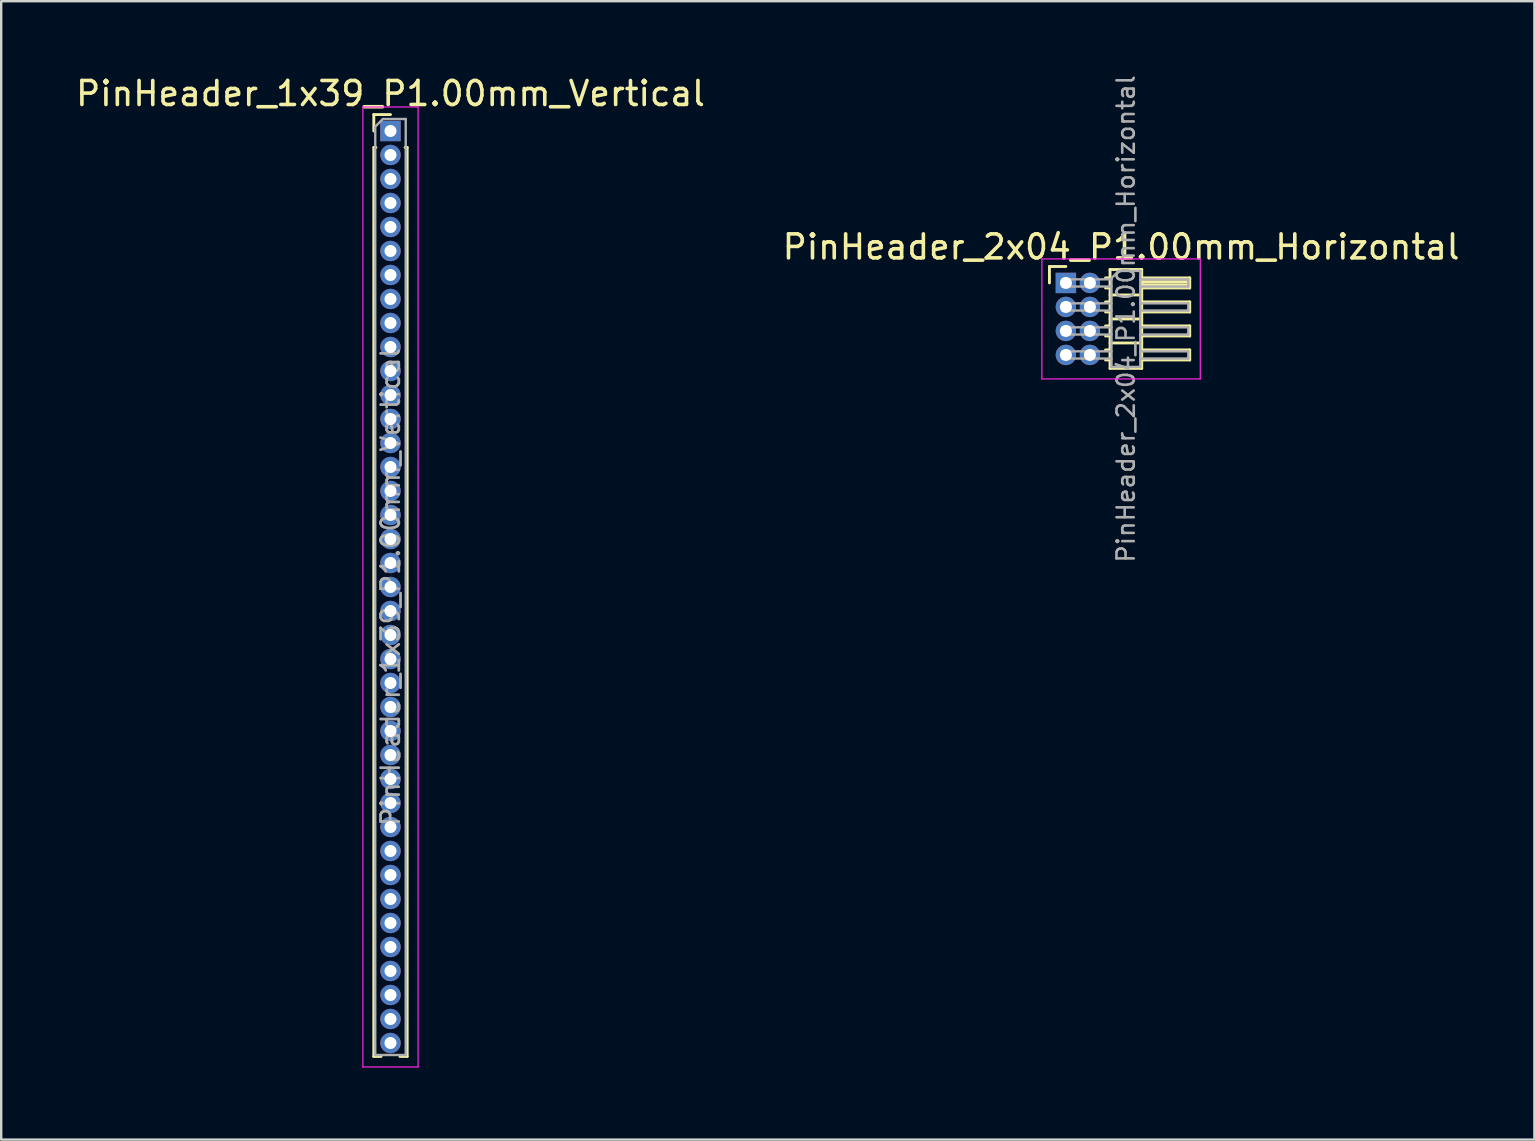
<source format=kicad_pcb>
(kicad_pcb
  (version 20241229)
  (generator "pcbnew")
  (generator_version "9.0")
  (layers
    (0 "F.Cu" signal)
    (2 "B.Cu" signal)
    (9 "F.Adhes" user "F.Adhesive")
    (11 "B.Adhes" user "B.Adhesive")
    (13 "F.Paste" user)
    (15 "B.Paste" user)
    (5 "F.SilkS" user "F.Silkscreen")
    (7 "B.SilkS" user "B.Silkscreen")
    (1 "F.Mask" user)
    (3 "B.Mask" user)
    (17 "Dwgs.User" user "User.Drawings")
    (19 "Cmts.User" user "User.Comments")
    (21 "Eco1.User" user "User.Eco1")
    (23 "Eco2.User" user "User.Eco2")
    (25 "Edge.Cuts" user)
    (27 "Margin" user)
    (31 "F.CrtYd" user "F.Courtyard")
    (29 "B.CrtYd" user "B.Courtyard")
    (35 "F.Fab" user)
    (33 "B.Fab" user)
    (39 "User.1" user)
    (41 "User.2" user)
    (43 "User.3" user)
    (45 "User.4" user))
  (footprint "PinHeader_2x04_P1.00mm_Horizontal"
    (layer "F.Cu")
    (at 41.361 8.739)
    (property "Reference" "PinHeader_2x04_P1.00mm_Horizontal" (at 2.3 -1.5 0) (layer "F.SilkS") (effects (font (size 1 1) (thickness 0.15))))
    (attr through_hole)
    (fp_line (start -0.685 -0.685) (end 0 -0.685) (stroke (width 0.12) (type solid)) (layer "F.SilkS"))
    (fp_line (start -0.685 0) (end -0.685 -0.685) (stroke (width 0.12) (type solid)) (layer "F.SilkS"))
    (fp_line (start 1.652 -0.21) (end 1.84 -0.21) (stroke (width 0.12) (type solid)) (layer "F.SilkS"))
    (fp_line (start 1.652 0.21) (end 1.84 0.21) (stroke (width 0.12) (type solid)) (layer "F.SilkS"))
    (fp_line (start 1.652 0.79) (end 1.84 0.79) (stroke (width 0.12) (type solid)) (layer "F.SilkS"))
    (fp_line (start 1.652 1.21) (end 1.84 1.21) (stroke (width 0.12) (type solid)) (layer "F.SilkS"))
    (fp_line (start 1.652 1.79) (end 1.84 1.79) (stroke (width 0.12) (type solid)) (layer "F.SilkS"))
    (fp_line (start 1.652 2.21) (end 1.84 2.21) (stroke (width 0.12) (type solid)) (layer "F.SilkS"))
    (fp_line (start 1.652 2.79) (end 1.84 2.79) (stroke (width 0.12) (type solid)) (layer "F.SilkS"))
    (fp_line (start 1.652 3.21) (end 1.84 3.21) (stroke (width 0.12) (type solid)) (layer "F.SilkS"))
    (fp_line (start 1.84 -0.56) (end 1.84 3.56) (stroke (width 0.12) (type solid)) (layer "F.SilkS"))
    (fp_line (start 1.84 0.5) (end 3.16 0.5) (stroke (width 0.12) (type solid)) (layer "F.SilkS"))
    (fp_line (start 1.84 1.5) (end 3.16 1.5) (stroke (width 0.12) (type solid)) (layer "F.SilkS"))
    (fp_line (start 1.84 2.5) (end 3.16 2.5) (stroke (width 0.12) (type solid)) (layer "F.SilkS"))
    (fp_line (start 1.84 3.56) (end 3.16 3.56) (stroke (width 0.12) (type solid)) (layer "F.SilkS"))
    (fp_line (start 3.16 -0.56) (end 1.84 -0.56) (stroke (width 0.12) (type solid)) (layer "F.SilkS"))
    (fp_line (start 3.16 -0.21) (end 5.16 -0.21) (stroke (width 0.12) (type solid)) (layer "F.SilkS"))
    (fp_line (start 3.16 -0.15) (end 5.16 -0.15) (stroke (width 0.12) (type solid)) (layer "F.SilkS"))
    (fp_line (start 3.16 -0.03) (end 5.16 -0.03) (stroke (width 0.12) (type solid)) (layer "F.SilkS"))
    (fp_line (start 3.16 0.09) (end 5.16 0.09) (stroke (width 0.12) (type solid)) (layer "F.SilkS"))
    (fp_line (start 3.16 0.79) (end 5.16 0.79) (stroke (width 0.12) (type solid)) (layer "F.SilkS"))
    (fp_line (start 3.16 1.79) (end 5.16 1.79) (stroke (width 0.12) (type solid)) (layer "F.SilkS"))
    (fp_line (start 3.16 2.79) (end 5.16 2.79) (stroke (width 0.12) (type solid)) (layer "F.SilkS"))
    (fp_line (start 3.16 3.56) (end 3.16 -0.56) (stroke (width 0.12) (type solid)) (layer "F.SilkS"))
    (fp_line (start 5.16 -0.21) (end 5.16 0.21) (stroke (width 0.12) (type solid)) (layer "F.SilkS"))
    (fp_line (start 5.16 0.21) (end 3.16 0.21) (stroke (width 0.12) (type solid)) (layer "F.SilkS"))
    (fp_line (start 5.16 0.79) (end 5.16 1.21) (stroke (width 0.12) (type solid)) (layer "F.SilkS"))
    (fp_line (start 5.16 1.21) (end 3.16 1.21) (stroke (width 0.12) (type solid)) (layer "F.SilkS"))
    (fp_line (start 5.16 1.79) (end 5.16 2.21) (stroke (width 0.12) (type solid)) (layer "F.SilkS"))
    (fp_line (start 5.16 2.21) (end 3.16 2.21) (stroke (width 0.12) (type solid)) (layer "F.SilkS"))
    (fp_line (start 5.16 2.79) (end 5.16 3.21) (stroke (width 0.12) (type solid)) (layer "F.SilkS"))
    (fp_line (start 5.16 3.21) (end 3.16 3.21) (stroke (width 0.12) (type solid)) (layer "F.SilkS"))
    (fp_line (start -1 -1) (end -1 4) (stroke (width 0.05) (type solid)) (layer "F.CrtYd"))
    (fp_line (start -1 4) (end 5.6 4) (stroke (width 0.05) (type solid)) (layer "F.CrtYd"))
    (fp_line (start 5.6 -1) (end -1 -1) (stroke (width 0.05) (type solid)) (layer "F.CrtYd"))
    (fp_line (start 5.6 4) (end 5.6 -1) (stroke (width 0.05) (type solid)) (layer "F.CrtYd"))
    (fp_line (start -0.15 -0.15) (end -0.15 0.15) (stroke (width 0.1) (type solid)) (layer "F.Fab"))
    (fp_line (start -0.15 -0.15) (end 1.9 -0.15) (stroke (width 0.1) (type solid)) (layer "F.Fab"))
    (fp_line (start -0.15 0.15) (end 1.9 0.15) (stroke (width 0.1) (type solid)) (layer "F.Fab"))
    (fp_line (start -0.15 0.85) (end -0.15 1.15) (stroke (width 0.1) (type solid)) (layer "F.Fab"))
    (fp_line (start -0.15 0.85) (end 1.9 0.85) (stroke (width 0.1) (type solid)) (layer "F.Fab"))
    (fp_line (start -0.15 1.15) (end 1.9 1.15) (stroke (width 0.1) (type solid)) (layer "F.Fab"))
    (fp_line (start -0.15 1.85) (end -0.15 2.15) (stroke (width 0.1) (type solid)) (layer "F.Fab"))
    (fp_line (start -0.15 1.85) (end 1.9 1.85) (stroke (width 0.1) (type solid)) (layer "F.Fab"))
    (fp_line (start -0.15 2.15) (end 1.9 2.15) (stroke (width 0.1) (type solid)) (layer "F.Fab"))
    (fp_line (start -0.15 2.85) (end -0.15 3.15) (stroke (width 0.1) (type solid)) (layer "F.Fab"))
    (fp_line (start -0.15 2.85) (end 1.9 2.85) (stroke (width 0.1) (type solid)) (layer "F.Fab"))
    (fp_line (start -0.15 3.15) (end 1.9 3.15) (stroke (width 0.1) (type solid)) (layer "F.Fab"))
    (fp_line (start 1.9 -0.2) (end 2.2 -0.5) (stroke (width 0.1) (type solid)) (layer "F.Fab"))
    (fp_line (start 1.9 3.5) (end 1.9 -0.2) (stroke (width 0.1) (type solid)) (layer "F.Fab"))
    (fp_line (start 2.2 -0.5) (end 3.1 -0.5) (stroke (width 0.1) (type solid)) (layer "F.Fab"))
    (fp_line (start 3.1 -0.5) (end 3.1 3.5) (stroke (width 0.1) (type solid)) (layer "F.Fab"))
    (fp_line (start 3.1 -0.15) (end 5.1 -0.15) (stroke (width 0.1) (type solid)) (layer "F.Fab"))
    (fp_line (start 3.1 0.15) (end 5.1 0.15) (stroke (width 0.1) (type solid)) (layer "F.Fab"))
    (fp_line (start 3.1 0.85) (end 5.1 0.85) (stroke (width 0.1) (type solid)) (layer "F.Fab"))
    (fp_line (start 3.1 1.15) (end 5.1 1.15) (stroke (width 0.1) (type solid)) (layer "F.Fab"))
    (fp_line (start 3.1 1.85) (end 5.1 1.85) (stroke (width 0.1) (type solid)) (layer "F.Fab"))
    (fp_line (start 3.1 2.15) (end 5.1 2.15) (stroke (width 0.1) (type solid)) (layer "F.Fab"))
    (fp_line (start 3.1 2.85) (end 5.1 2.85) (stroke (width 0.1) (type solid)) (layer "F.Fab"))
    (fp_line (start 3.1 3.15) (end 5.1 3.15) (stroke (width 0.1) (type solid)) (layer "F.Fab"))
    (fp_line (start 3.1 3.5) (end 1.9 3.5) (stroke (width 0.1) (type solid)) (layer "F.Fab"))
    (fp_line (start 5.1 -0.15) (end 5.1 0.15) (stroke (width 0.1) (type solid)) (layer "F.Fab"))
    (fp_line (start 5.1 0.85) (end 5.1 1.15) (stroke (width 0.1) (type solid)) (layer "F.Fab"))
    (fp_line (start 5.1 1.85) (end 5.1 2.15) (stroke (width 0.1) (type solid)) (layer "F.Fab"))
    (fp_line (start 5.1 2.85) (end 5.1 3.15) (stroke (width 0.1) (type solid)) (layer "F.Fab"))
    (fp_text user "${REFERENCE}" (at 2.5 1.5 90) (layer "F.Fab") (effects (font (size 0.72 0.72) (thickness 0.108))))
    (pad "1" thru_hole rect (at 0 0) (size 0.85 0.85) (drill 0.5) (layers "*.Cu" "*.Mask"))
    (pad "2" thru_hole oval (at 1 0) (size 0.85 0.85) (drill 0.5) (layers "*.Cu" "*.Mask"))
    (pad "3" thru_hole oval (at 0 1) (size 0.85 0.85) (drill 0.5) (layers "*.Cu" "*.Mask"))
    (pad "4" thru_hole oval (at 1 1) (size 0.85 0.85) (drill 0.5) (layers "*.Cu" "*.Mask"))
    (pad "5" thru_hole oval (at 0 2) (size 0.85 0.85) (drill 0.5) (layers "*.Cu" "*.Mask"))
    (pad "6" thru_hole oval (at 1 2) (size 0.85 0.85) (drill 0.5) (layers "*.Cu" "*.Mask"))
    (pad "7" thru_hole oval (at 0 3) (size 0.85 0.85) (drill 0.5) (layers "*.Cu" "*.Mask"))
    (pad "8" thru_hole oval (at 1 3) (size 0.85 0.85) (drill 0.5) (layers "*.Cu" "*.Mask")))
  (footprint "PinHeader_1x39_P1.00mm_Vertical"
    (layer "F.Cu")
    (at 13.22 2.408)
    (property "Reference" "PinHeader_1x39_P1.00mm_Vertical" (at 0 -1.56 0) (layer "F.SilkS") (effects (font (size 1 1) (thickness 0.15))))
    (attr through_hole)
    (fp_line (start -0.695 -0.685) (end 0 -0.685) (stroke (width 0.12) (type solid)) (layer "F.SilkS"))
    (fp_line (start -0.695 0) (end -0.695 -0.685) (stroke (width 0.12) (type solid)) (layer "F.SilkS"))
    (fp_line (start -0.695 0.685) (end -0.695 38.56) (stroke (width 0.12) (type solid)) (layer "F.SilkS"))
    (fp_line (start -0.695 0.685) (end -0.608 0.685) (stroke (width 0.12) (type solid)) (layer "F.SilkS"))
    (fp_line (start -0.695 38.56) (end -0.394 38.56) (stroke (width 0.12) (type solid)) (layer "F.SilkS"))
    (fp_line (start 0.394 38.56) (end 0.695 38.56) (stroke (width 0.12) (type solid)) (layer "F.SilkS"))
    (fp_line (start 0.608 0.685) (end 0.695 0.685) (stroke (width 0.12) (type solid)) (layer "F.SilkS"))
    (fp_line (start 0.695 0.685) (end 0.695 38.56) (stroke (width 0.12) (type solid)) (layer "F.SilkS"))
    (fp_line (start -1.15 -1) (end -1.15 39) (stroke (width 0.05) (type solid)) (layer "F.CrtYd"))
    (fp_line (start -1.15 39) (end 1.15 39) (stroke (width 0.05) (type solid)) (layer "F.CrtYd"))
    (fp_line (start 1.15 -1) (end -1.15 -1) (stroke (width 0.05) (type solid)) (layer "F.CrtYd"))
    (fp_line (start 1.15 39) (end 1.15 -1) (stroke (width 0.05) (type solid)) (layer "F.CrtYd"))
    (fp_line (start -0.635 -0.182) (end -0.318 -0.5) (stroke (width 0.1) (type solid)) (layer "F.Fab"))
    (fp_line (start -0.635 38.5) (end -0.635 -0.182) (stroke (width 0.1) (type solid)) (layer "F.Fab"))
    (fp_line (start -0.318 -0.5) (end 0.635 -0.5) (stroke (width 0.1) (type solid)) (layer "F.Fab"))
    (fp_line (start 0.635 -0.5) (end 0.635 38.5) (stroke (width 0.1) (type solid)) (layer "F.Fab"))
    (fp_line (start 0.635 38.5) (end -0.635 38.5) (stroke (width 0.1) (type solid)) (layer "F.Fab"))
    (fp_text user "${REFERENCE}" (at 0 19 90) (layer "F.Fab") (effects (font (size 0.76 0.76) (thickness 0.114))))
    (pad "1" thru_hole rect (at 0 0) (size 0.85 0.85) (drill 0.5) (layers "*.Cu" "*.Mask"))
    (pad "2" thru_hole oval (at 0 1) (size 0.85 0.85) (drill 0.5) (layers "*.Cu" "*.Mask"))
    (pad "3" thru_hole oval (at 0 2) (size 0.85 0.85) (drill 0.5) (layers "*.Cu" "*.Mask"))
    (pad "4" thru_hole oval (at 0 3) (size 0.85 0.85) (drill 0.5) (layers "*.Cu" "*.Mask"))
    (pad "5" thru_hole oval (at 0 4) (size 0.85 0.85) (drill 0.5) (layers "*.Cu" "*.Mask"))
    (pad "6" thru_hole oval (at 0 5) (size 0.85 0.85) (drill 0.5) (layers "*.Cu" "*.Mask"))
    (pad "7" thru_hole oval (at 0 6) (size 0.85 0.85) (drill 0.5) (layers "*.Cu" "*.Mask"))
    (pad "8" thru_hole oval (at 0 7) (size 0.85 0.85) (drill 0.5) (layers "*.Cu" "*.Mask"))
    (pad "9" thru_hole oval (at 0 8) (size 0.85 0.85) (drill 0.5) (layers "*.Cu" "*.Mask"))
    (pad "10" thru_hole oval (at 0 9) (size 0.85 0.85) (drill 0.5) (layers "*.Cu" "*.Mask"))
    (pad "11" thru_hole oval (at 0 10) (size 0.85 0.85) (drill 0.5) (layers "*.Cu" "*.Mask"))
    (pad "12" thru_hole oval (at 0 11) (size 0.85 0.85) (drill 0.5) (layers "*.Cu" "*.Mask"))
    (pad "13" thru_hole oval (at 0 12) (size 0.85 0.85) (drill 0.5) (layers "*.Cu" "*.Mask"))
    (pad "14" thru_hole oval (at 0 13) (size 0.85 0.85) (drill 0.5) (layers "*.Cu" "*.Mask"))
    (pad "15" thru_hole oval (at 0 14) (size 0.85 0.85) (drill 0.5) (layers "*.Cu" "*.Mask"))
    (pad "16" thru_hole oval (at 0 15) (size 0.85 0.85) (drill 0.5) (layers "*.Cu" "*.Mask"))
    (pad "17" thru_hole oval (at 0 16) (size 0.85 0.85) (drill 0.5) (layers "*.Cu" "*.Mask"))
    (pad "18" thru_hole oval (at 0 17) (size 0.85 0.85) (drill 0.5) (layers "*.Cu" "*.Mask"))
    (pad "19" thru_hole oval (at 0 18) (size 0.85 0.85) (drill 0.5) (layers "*.Cu" "*.Mask"))
    (pad "20" thru_hole oval (at 0 19) (size 0.85 0.85) (drill 0.5) (layers "*.Cu" "*.Mask"))
    (pad "21" thru_hole oval (at 0 20) (size 0.85 0.85) (drill 0.5) (layers "*.Cu" "*.Mask"))
    (pad "22" thru_hole oval (at 0 21) (size 0.85 0.85) (drill 0.5) (layers "*.Cu" "*.Mask"))
    (pad "23" thru_hole oval (at 0 22) (size 0.85 0.85) (drill 0.5) (layers "*.Cu" "*.Mask"))
    (pad "24" thru_hole oval (at 0 23) (size 0.85 0.85) (drill 0.5) (layers "*.Cu" "*.Mask"))
    (pad "25" thru_hole oval (at 0 24) (size 0.85 0.85) (drill 0.5) (layers "*.Cu" "*.Mask"))
    (pad "26" thru_hole oval (at 0 25) (size 0.85 0.85) (drill 0.5) (layers "*.Cu" "*.Mask"))
    (pad "27" thru_hole oval (at 0 26) (size 0.85 0.85) (drill 0.5) (layers "*.Cu" "*.Mask"))
    (pad "28" thru_hole oval (at 0 27) (size 0.85 0.85) (drill 0.5) (layers "*.Cu" "*.Mask"))
    (pad "29" thru_hole oval (at 0 28) (size 0.85 0.85) (drill 0.5) (layers "*.Cu" "*.Mask"))
    (pad "30" thru_hole oval (at 0 29) (size 0.85 0.85) (drill 0.5) (layers "*.Cu" "*.Mask"))
    (pad "31" thru_hole oval (at 0 30) (size 0.85 0.85) (drill 0.5) (layers "*.Cu" "*.Mask"))
    (pad "32" thru_hole oval (at 0 31) (size 0.85 0.85) (drill 0.5) (layers "*.Cu" "*.Mask"))
    (pad "33" thru_hole oval (at 0 32) (size 0.85 0.85) (drill 0.5) (layers "*.Cu" "*.Mask"))
    (pad "34" thru_hole oval (at 0 33) (size 0.85 0.85) (drill 0.5) (layers "*.Cu" "*.Mask"))
    (pad "35" thru_hole oval (at 0 34) (size 0.85 0.85) (drill 0.5) (layers "*.Cu" "*.Mask"))
    (pad "36" thru_hole oval (at 0 35) (size 0.85 0.85) (drill 0.5) (layers "*.Cu" "*.Mask"))
    (pad "37" thru_hole oval (at 0 36) (size 0.85 0.85) (drill 0.5) (layers "*.Cu" "*.Mask"))
    (pad "38" thru_hole oval (at 0 37) (size 0.85 0.85) (drill 0.5) (layers "*.Cu" "*.Mask"))
    (pad "39" thru_hole oval (at 0 38) (size 0.85 0.85) (drill 0.5) (layers "*.Cu" "*.Mask")))
  (gr_rect
    (start -3 -3)
    (end 60.881 44.433)
    (stroke (width 0.1) (type default))
    (fill no)
    (layer "Edge.Cuts")))
</source>
